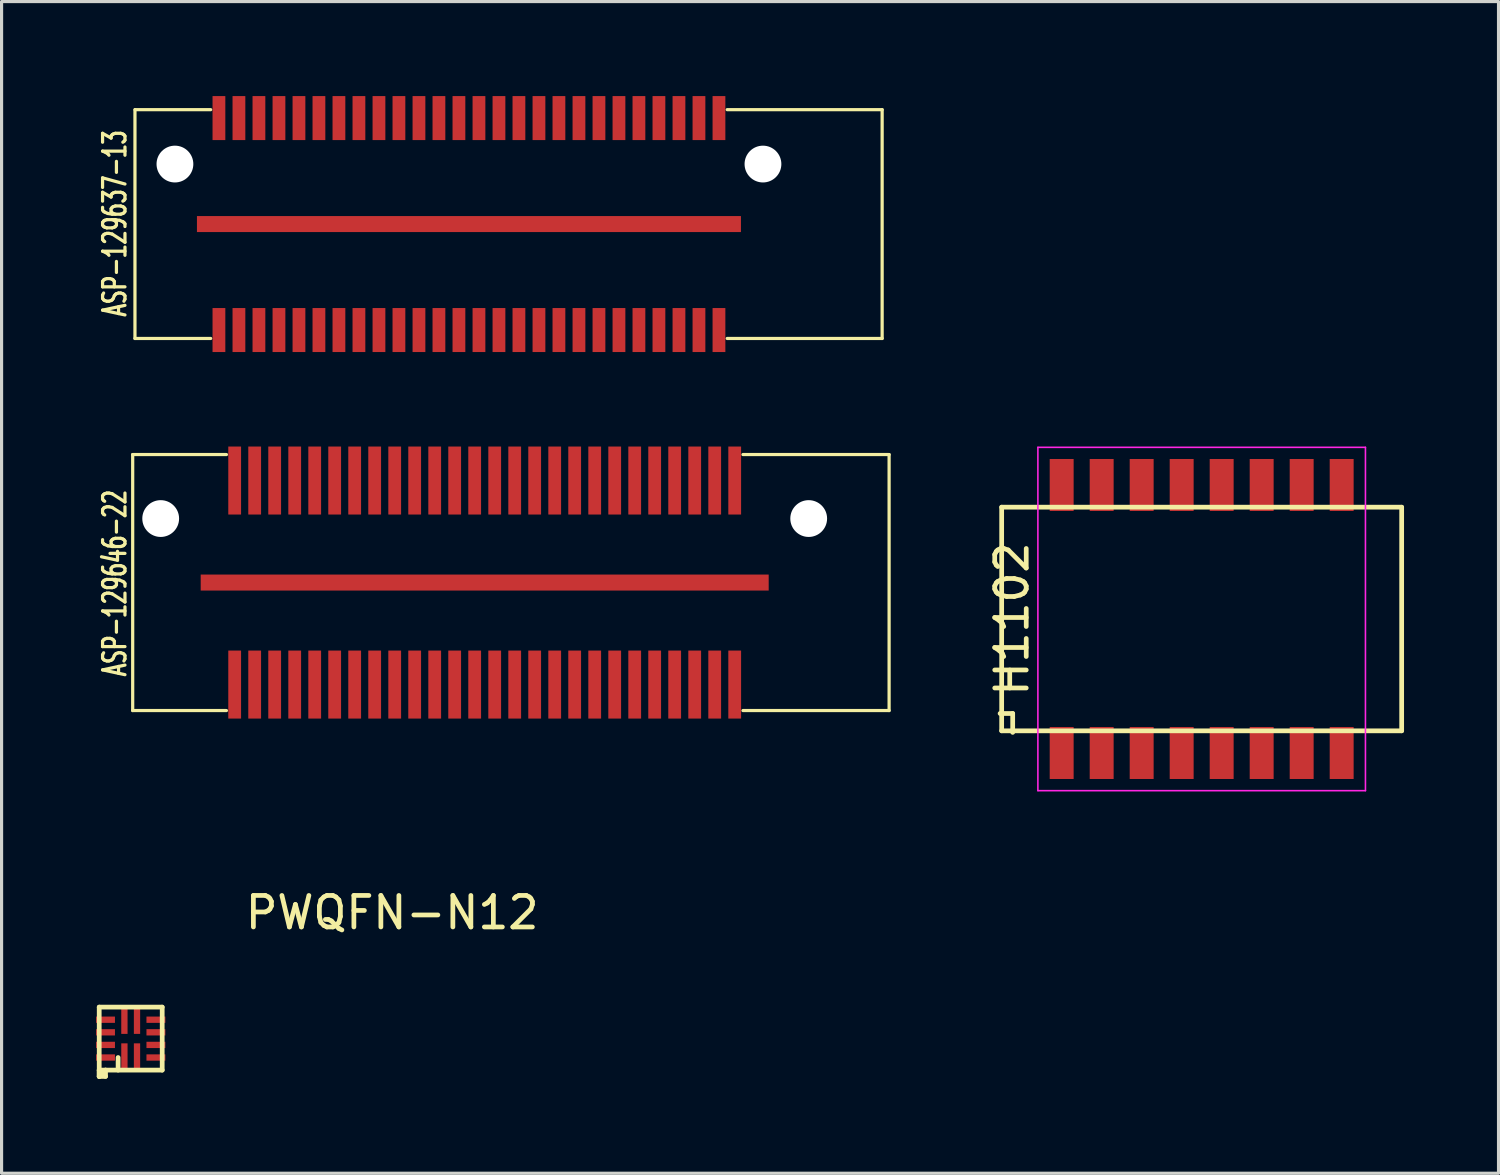
<source format=kicad_pcb>
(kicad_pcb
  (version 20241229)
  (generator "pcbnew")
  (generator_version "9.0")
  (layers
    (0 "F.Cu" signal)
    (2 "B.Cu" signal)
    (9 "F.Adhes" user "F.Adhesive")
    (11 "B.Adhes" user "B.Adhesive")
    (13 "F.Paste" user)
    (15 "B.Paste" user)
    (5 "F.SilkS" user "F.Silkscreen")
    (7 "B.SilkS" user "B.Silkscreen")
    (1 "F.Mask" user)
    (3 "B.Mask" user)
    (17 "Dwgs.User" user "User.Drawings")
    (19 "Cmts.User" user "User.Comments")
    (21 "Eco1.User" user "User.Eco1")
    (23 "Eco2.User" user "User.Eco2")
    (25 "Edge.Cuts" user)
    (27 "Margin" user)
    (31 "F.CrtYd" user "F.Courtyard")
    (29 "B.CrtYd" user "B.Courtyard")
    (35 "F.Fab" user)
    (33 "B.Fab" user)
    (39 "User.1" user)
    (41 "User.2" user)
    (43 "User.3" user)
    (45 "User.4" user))
  (footprint "H1102"
    (layer "F.Cu")
    (at 35.103 16.603)
    (property "Reference" "H1102" (at -6.025 0 90) (layer "F.SilkS") (effects (font (size 1 1) (thickness 0.15))))
    (attr smd)
    (fp_line (start -6.4 3) (end -6 3) (stroke (width 0.15) (type solid)) (layer "F.SilkS"))
    (fp_line (start -6.35 -3.55) (end 6.35 -3.55) (stroke (width 0.15) (type solid)) (layer "F.SilkS"))
    (fp_line (start -6.35 3.55) (end -6.35 -3.55) (stroke (width 0.15) (type solid)) (layer "F.SilkS"))
    (fp_line (start -6 3) (end -6 3.6) (stroke (width 0.15) (type solid)) (layer "F.SilkS"))
    (fp_line (start 6.35 -3.55) (end 6.35 3.55) (stroke (width 0.15) (type solid)) (layer "F.SilkS"))
    (fp_line (start 6.35 3.55) (end -6.35 3.55) (stroke (width 0.15) (type solid)) (layer "F.SilkS"))
    (fp_line (start -5.2 -5.45) (end 5.2 -5.45) (stroke (width 0.05) (type solid)) (layer "F.CrtYd"))
    (fp_line (start -5.2 5.45) (end -5.2 -5.45) (stroke (width 0.05) (type solid)) (layer "F.CrtYd"))
    (fp_line (start 5.2 -5.45) (end 5.2 5.45) (stroke (width 0.05) (type solid)) (layer "F.CrtYd"))
    (fp_line (start 5.2 5.45) (end -5.2 5.45) (stroke (width 0.05) (type solid)) (layer "F.CrtYd"))
    (pad "1" smd rect (at -4.445 4.255) (size 0.76 1.65) (layers "F.Cu" "F.Mask" "F.Paste"))
    (pad "2" smd rect (at -3.175 4.255) (size 0.76 1.65) (layers "F.Cu" "F.Mask" "F.Paste"))
    (pad "3" smd rect (at -1.905 4.255) (size 0.76 1.65) (layers "F.Cu" "F.Mask" "F.Paste"))
    (pad "4" smd rect (at -0.635 4.255) (size 0.76 1.65) (layers "F.Cu" "F.Mask" "F.Paste"))
    (pad "5" smd rect (at 0.635 4.255) (size 0.76 1.65) (layers "F.Cu" "F.Mask" "F.Paste"))
    (pad "6" smd rect (at 1.905 4.255) (size 0.76 1.65) (layers "F.Cu" "F.Mask" "F.Paste"))
    (pad "7" smd rect (at 3.175 4.255) (size 0.76 1.65) (layers "F.Cu" "F.Mask" "F.Paste"))
    (pad "8" smd rect (at 4.445 4.255) (size 0.76 1.65) (layers "F.Cu" "F.Mask" "F.Paste"))
    (pad "9" smd rect (at 4.445 -4.255) (size 0.76 1.65) (layers "F.Cu" "F.Mask" "F.Paste"))
    (pad "10" smd rect (at 3.175 -4.255) (size 0.76 1.65) (layers "F.Cu" "F.Mask" "F.Paste"))
    (pad "11" smd rect (at 1.905 -4.255) (size 0.76 1.65) (layers "F.Cu" "F.Mask" "F.Paste"))
    (pad "12" smd rect (at 0.635 -4.255) (size 0.76 1.65) (layers "F.Cu" "F.Mask" "F.Paste"))
    (pad "13" smd rect (at -0.635 -4.255) (size 0.76 1.65) (layers "F.Cu" "F.Mask" "F.Paste"))
    (pad "14" smd rect (at -1.905 -4.255) (size 0.76 1.65) (layers "F.Cu" "F.Mask" "F.Paste"))
    (pad "15" smd rect (at -3.175 -4.255) (size 0.76 1.65) (layers "F.Cu" "F.Mask" "F.Paste"))
    (pad "16" smd rect (at -4.445 -4.255) (size 0.76 1.65) (layers "F.Cu" "F.Mask" "F.Paste")))
  (footprint "PWQFN-N12"
    (layer "F.Cu")
    (at 1.1 29.926)
    (property "Reference" "PWQFN-N12" (at 8.3 -4 0) (layer "F.SilkS") (effects (font (size 1 1) (thickness 0.15))))
    (attr through_hole)
    (fp_line (start -1 -1) (end -1 1) (stroke (width 0.15) (type solid)) (layer "F.SilkS"))
    (fp_line (start -1 1) (end -1 1.2) (stroke (width 0.15) (type solid)) (layer "F.SilkS"))
    (fp_line (start -1 1) (end 1 1) (stroke (width 0.15) (type solid)) (layer "F.SilkS"))
    (fp_line (start -1 1.2) (end -1 1) (stroke (width 0.15) (type solid)) (layer "F.SilkS"))
    (fp_line (start -1 1.2) (end -0.8 1) (stroke (width 0.15) (type solid)) (layer "F.SilkS"))
    (fp_line (start -1 1.2) (end -0.8 1.2) (stroke (width 0.15) (type solid)) (layer "F.SilkS"))
    (fp_line (start -0.8 1.2) (end -0.8 1) (stroke (width 0.15) (type solid)) (layer "F.SilkS"))
    (fp_line (start -0.4 1) (end -0.4 0.6) (stroke (width 0.15) (type solid)) (layer "F.SilkS"))
    (fp_line (start 1 -1) (end -1 -1) (stroke (width 0.15) (type solid)) (layer "F.SilkS"))
    (fp_line (start 1 1) (end 1 -1) (stroke (width 0.15) (type solid)) (layer "F.SilkS"))
    (pad "1" smd rect (at -0.2 0.6) (size 0.2 0.9) (layers "F.Cu" "F.Mask" "F.Paste"))
    (pad "2" smd rect (at 0.2 0.6) (size 0.2 0.9) (layers "F.Cu" "F.Mask" "F.Paste"))
    (pad "3" smd rect (at 0.8 0.6 90) (size 0.2 0.6) (layers "F.Cu" "F.Mask" "F.Paste"))
    (pad "4" smd rect (at 0.8 0.2 90) (size 0.2 0.6) (layers "F.Cu" "F.Mask" "F.Paste"))
    (pad "5" smd rect (at 0.8 -0.2 90) (size 0.2 0.6) (layers "F.Cu" "F.Mask" "F.Paste"))
    (pad "6" smd rect (at 0.8 -0.6 90) (size 0.2 0.6) (layers "F.Cu" "F.Mask" "F.Paste"))
    (pad "7" smd rect (at 0.2 -0.6 180) (size 0.2 0.9) (layers "F.Cu" "F.Mask" "F.Paste"))
    (pad "8" smd rect (at -0.2 -0.6) (size 0.2 0.9) (layers "F.Cu" "F.Mask" "F.Paste"))
    (pad "9" smd rect (at -0.8 -0.6 90) (size 0.2 0.6) (layers "F.Cu" "F.Mask" "F.Paste"))
    (pad "10" smd rect (at -0.8 -0.2 90) (size 0.2 0.6) (layers "F.Cu" "F.Mask" "F.Paste"))
    (pad "11" smd rect (at -0.8 0.2 90) (size 0.2 0.6) (layers "F.Cu" "F.Mask" "F.Paste"))
    (pad "12" smd rect (at -0.8 0.6 90) (size 0.2 0.6) (layers "F.Cu" "F.Mask" "F.Paste")))
  (footprint "ASP-129646-22"
    (layer "F.Cu")
    (at 12.339 15.446)
    (property "Reference" "ASP-129646-22" (at -11.745 0.02 270) (layer "F.SilkS") (effects (font (size 0.711 0.457) (thickness 0.102))))
    (attr through_hole)
    (fp_line (start -11.176 -4.064) (end -11.176 4.064) (stroke (width 0.102) (type solid)) (layer "F.SilkS"))
    (fp_line (start -11.176 4.064) (end -8.2 4.064) (stroke (width 0.102) (type solid)) (layer "F.SilkS"))
    (fp_line (start -8.2 -4.064) (end -11.176 -4.064) (stroke (width 0.102) (type solid)) (layer "F.SilkS"))
    (fp_line (start 8.2 4.064) (end 12.84 4.064) (stroke (width 0.102) (type solid)) (layer "F.SilkS"))
    (fp_line (start 12.84 -4.064) (end 8.2 -4.064) (stroke (width 0.102) (type solid)) (layer "F.SilkS"))
    (fp_line (start 12.84 4.064) (end 12.84 -4.064) (stroke (width 0.102) (type solid)) (layer "F.SilkS"))
    (pad "" np_thru_hole circle (at -10.287 -2.032) (size 1.168 1.168) (drill 1.168) (layers "*.Cu" "*.Mask"))
    (pad "" np_thru_hole circle (at 10.287 -2.032) (size 1.168 1.168) (drill 1.168) (layers "*.Cu" "*.Mask"))
    (pad "1" connect rect (at -7.938 -3.239) (size 0.406 2.159) (layers "F.Cu" "F.Mask"))
    (pad "2" connect rect (at -7.938 3.239) (size 0.406 2.159) (layers "F.Cu" "F.Mask"))
    (pad "3" connect rect (at -7.303 -3.239) (size 0.406 2.159) (layers "F.Cu" "F.Mask"))
    (pad "4" connect rect (at -7.303 3.239) (size 0.406 2.159) (layers "F.Cu" "F.Mask"))
    (pad "5" connect rect (at -6.668 -3.239) (size 0.406 2.159) (layers "F.Cu" "F.Mask"))
    (pad "6" connect rect (at -6.668 3.239) (size 0.406 2.159) (layers "F.Cu" "F.Mask"))
    (pad "7" connect rect (at -6.032 -3.239) (size 0.406 2.159) (layers "F.Cu" "F.Mask"))
    (pad "8" connect rect (at -6.032 3.239) (size 0.406 2.159) (layers "F.Cu" "F.Mask"))
    (pad "9" connect rect (at -5.397 -3.239) (size 0.406 2.159) (layers "F.Cu" "F.Mask"))
    (pad "10" connect rect (at -5.397 3.239) (size 0.406 2.159) (layers "F.Cu" "F.Mask"))
    (pad "11" connect rect (at -4.763 -3.239) (size 0.406 2.159) (layers "F.Cu" "F.Mask"))
    (pad "12" connect rect (at -4.763 3.239) (size 0.406 2.159) (layers "F.Cu" "F.Mask"))
    (pad "13" connect rect (at -4.128 -3.239) (size 0.406 2.159) (layers "F.Cu" "F.Mask"))
    (pad "14" connect rect (at -4.128 3.239) (size 0.406 2.159) (layers "F.Cu" "F.Mask"))
    (pad "15" connect rect (at -3.493 -3.239) (size 0.406 2.159) (layers "F.Cu" "F.Mask"))
    (pad "16" connect rect (at -3.493 3.239) (size 0.406 2.159) (layers "F.Cu" "F.Mask"))
    (pad "17" connect rect (at -2.857 -3.239) (size 0.406 2.159) (layers "F.Cu" "F.Mask"))
    (pad "18" connect rect (at -2.857 3.239) (size 0.406 2.159) (layers "F.Cu" "F.Mask"))
    (pad "19" connect rect (at -2.223 -3.239) (size 0.406 2.159) (layers "F.Cu" "F.Mask"))
    (pad "20" connect rect (at -2.223 3.239) (size 0.406 2.159) (layers "F.Cu" "F.Mask"))
    (pad "21" connect rect (at -1.587 -3.239) (size 0.406 2.159) (layers "F.Cu" "F.Mask"))
    (pad "22" connect rect (at -1.587 3.239) (size 0.406 2.159) (layers "F.Cu" "F.Mask"))
    (pad "23" connect rect (at -0.953 -3.239) (size 0.406 2.159) (layers "F.Cu" "F.Mask"))
    (pad "24" connect rect (at -0.953 3.239) (size 0.406 2.159) (layers "F.Cu" "F.Mask"))
    (pad "25" connect rect (at -0.318 -3.239) (size 0.406 2.159) (layers "F.Cu" "F.Mask"))
    (pad "26" connect rect (at -0.318 3.239) (size 0.406 2.159) (layers "F.Cu" "F.Mask"))
    (pad "27" connect rect (at 0.318 -3.239) (size 0.406 2.159) (layers "F.Cu" "F.Mask"))
    (pad "28" connect rect (at 0.318 3.239) (size 0.406 2.159) (layers "F.Cu" "F.Mask"))
    (pad "29" connect rect (at 0.953 -3.239) (size 0.406 2.159) (layers "F.Cu" "F.Mask"))
    (pad "30" connect rect (at 0.953 3.239) (size 0.406 2.159) (layers "F.Cu" "F.Mask"))
    (pad "31" connect rect (at 1.587 -3.239) (size 0.406 2.159) (layers "F.Cu" "F.Mask"))
    (pad "32" connect rect (at 1.587 3.239) (size 0.406 2.159) (layers "F.Cu" "F.Mask"))
    (pad "33" connect rect (at 2.223 -3.239) (size 0.406 2.159) (layers "F.Cu" "F.Mask"))
    (pad "34" connect rect (at 2.223 3.239) (size 0.406 2.159) (layers "F.Cu" "F.Mask"))
    (pad "35" connect rect (at 2.857 -3.239) (size 0.406 2.159) (layers "F.Cu" "F.Mask"))
    (pad "36" connect rect (at 2.857 3.239) (size 0.406 2.159) (layers "F.Cu" "F.Mask"))
    (pad "37" connect rect (at 3.493 -3.239) (size 0.406 2.159) (layers "F.Cu" "F.Mask"))
    (pad "38" connect rect (at 3.493 3.239) (size 0.406 2.159) (layers "F.Cu" "F.Mask"))
    (pad "39" connect rect (at 4.128 -3.239) (size 0.406 2.159) (layers "F.Cu" "F.Mask"))
    (pad "40" connect rect (at 4.128 3.239) (size 0.406 2.159) (layers "F.Cu" "F.Mask"))
    (pad "41" connect rect (at 4.763 -3.239) (size 0.406 2.159) (layers "F.Cu" "F.Mask"))
    (pad "42" connect rect (at 4.763 3.239) (size 0.406 2.159) (layers "F.Cu" "F.Mask"))
    (pad "43" connect rect (at 5.397 -3.239) (size 0.406 2.159) (layers "F.Cu" "F.Mask"))
    (pad "44" connect rect (at 5.397 3.239) (size 0.406 2.159) (layers "F.Cu" "F.Mask"))
    (pad "45" connect rect (at 6.032 -3.239) (size 0.406 2.159) (layers "F.Cu" "F.Mask"))
    (pad "46" connect rect (at 6.032 3.239) (size 0.406 2.159) (layers "F.Cu" "F.Mask"))
    (pad "47" connect rect (at 6.668 -3.239) (size 0.406 2.159) (layers "F.Cu" "F.Mask"))
    (pad "48" connect rect (at 6.668 3.239) (size 0.406 2.159) (layers "F.Cu" "F.Mask"))
    (pad "49" connect rect (at 7.303 -3.239) (size 0.406 2.159) (layers "F.Cu" "F.Mask"))
    (pad "50" connect rect (at 7.303 3.239) (size 0.406 2.159) (layers "F.Cu" "F.Mask"))
    (pad "51" connect rect (at 7.938 -3.239) (size 0.406 2.159) (layers "F.Cu" "F.Mask"))
    (pad "52" connect rect (at 7.938 3.239) (size 0.406 2.159) (layers "F.Cu" "F.Mask"))
    (pad "53" connect rect (at 0 0) (size 18.034 0.508) (layers "F.Cu" "F.Mask")))
  (footprint "ASP-129637-13"
    (layer "F.Cu")
    (at 11.839 4.064)
    (property "Reference" "ASP-129637-13" (at -11.245 -0.02 90) (layer "F.SilkS") (effects (font (size 0.711 0.457) (thickness 0.102))))
    (attr through_hole)
    (fp_line (start -10.604 -3.632) (end -10.604 3.632) (stroke (width 0.102) (type solid)) (layer "F.SilkS"))
    (fp_line (start -10.604 3.632) (end -8.2 3.632) (stroke (width 0.102) (type solid)) (layer "F.SilkS"))
    (fp_line (start -10.6 -3.632) (end -8.2 -3.632) (stroke (width 0.102) (type solid)) (layer "F.SilkS"))
    (fp_line (start 13.119 -3.632) (end 8.2 -3.632) (stroke (width 0.102) (type solid)) (layer "F.SilkS"))
    (fp_line (start 13.119 -3.632) (end 13.119 3.632) (stroke (width 0.102) (type solid)) (layer "F.SilkS"))
    (fp_line (start 13.119 3.632) (end 8.2 3.632) (stroke (width 0.102) (type solid)) (layer "F.SilkS"))
    (pad "" np_thru_hole circle (at -9.335 -1.905) (size 1.168 1.168) (drill 1.168) (layers "*.Cu" "*.Mask"))
    (pad "" np_thru_hole circle (at 9.335 -1.905) (size 1.168 1.168) (drill 1.168) (layers "*.Cu" "*.Mask"))
    (pad "1" smd rect (at -7.938 3.365) (size 0.406 1.397) (layers "F.Cu" "F.Mask" "F.Paste"))
    (pad "2" smd rect (at -7.938 -3.365) (size 0.406 1.397) (layers "F.Cu" "F.Mask" "F.Paste"))
    (pad "3" smd rect (at -7.303 3.365) (size 0.406 1.397) (layers "F.Cu" "F.Mask" "F.Paste"))
    (pad "4" smd rect (at -7.303 -3.365) (size 0.406 1.397) (layers "F.Cu" "F.Mask" "F.Paste"))
    (pad "5" smd rect (at -6.668 3.365) (size 0.406 1.397) (layers "F.Cu" "F.Mask" "F.Paste"))
    (pad "6" smd rect (at -6.668 -3.365) (size 0.406 1.397) (layers "F.Cu" "F.Mask" "F.Paste"))
    (pad "7" smd rect (at -6.032 3.365) (size 0.406 1.397) (layers "F.Cu" "F.Mask" "F.Paste"))
    (pad "8" smd rect (at -6.032 -3.365) (size 0.406 1.397) (layers "F.Cu" "F.Mask" "F.Paste"))
    (pad "9" smd rect (at -5.397 3.365) (size 0.406 1.397) (layers "F.Cu" "F.Mask" "F.Paste"))
    (pad "10" smd rect (at -5.397 -3.365) (size 0.406 1.397) (layers "F.Cu" "F.Mask" "F.Paste"))
    (pad "11" smd rect (at -4.763 3.365) (size 0.406 1.397) (layers "F.Cu" "F.Mask" "F.Paste"))
    (pad "12" smd rect (at -4.763 -3.365) (size 0.406 1.397) (layers "F.Cu" "F.Mask" "F.Paste"))
    (pad "13" smd rect (at -4.128 3.365) (size 0.406 1.397) (layers "F.Cu" "F.Mask" "F.Paste"))
    (pad "14" smd rect (at -4.128 -3.365) (size 0.406 1.397) (layers "F.Cu" "F.Mask" "F.Paste"))
    (pad "15" smd rect (at -3.493 3.365) (size 0.406 1.397) (layers "F.Cu" "F.Mask" "F.Paste"))
    (pad "16" smd rect (at -3.493 -3.365) (size 0.406 1.397) (layers "F.Cu" "F.Mask" "F.Paste"))
    (pad "17" smd rect (at -2.857 3.365) (size 0.406 1.397) (layers "F.Cu" "F.Mask" "F.Paste"))
    (pad "18" smd rect (at -2.857 -3.365) (size 0.406 1.397) (layers "F.Cu" "F.Mask" "F.Paste"))
    (pad "19" smd rect (at -2.223 3.365) (size 0.406 1.397) (layers "F.Cu" "F.Mask" "F.Paste"))
    (pad "20" smd rect (at -2.223 -3.365) (size 0.406 1.397) (layers "F.Cu" "F.Mask" "F.Paste"))
    (pad "21" smd rect (at -1.587 3.365) (size 0.406 1.397) (layers "F.Cu" "F.Mask" "F.Paste"))
    (pad "22" smd rect (at -1.587 -3.365) (size 0.406 1.397) (layers "F.Cu" "F.Mask" "F.Paste"))
    (pad "23" smd rect (at -0.953 3.365) (size 0.406 1.397) (layers "F.Cu" "F.Mask" "F.Paste"))
    (pad "24" smd rect (at -0.953 -3.365) (size 0.406 1.397) (layers "F.Cu" "F.Mask" "F.Paste"))
    (pad "25" smd rect (at -0.318 3.365) (size 0.406 1.397) (layers "F.Cu" "F.Mask" "F.Paste"))
    (pad "26" smd rect (at -0.318 -3.365) (size 0.406 1.397) (layers "F.Cu" "F.Mask" "F.Paste"))
    (pad "27" smd rect (at 0.318 3.365) (size 0.406 1.397) (layers "F.Cu" "F.Mask" "F.Paste"))
    (pad "28" smd rect (at 0.318 -3.365) (size 0.406 1.397) (layers "F.Cu" "F.Mask" "F.Paste"))
    (pad "29" smd rect (at 0.953 3.365) (size 0.406 1.397) (layers "F.Cu" "F.Mask" "F.Paste"))
    (pad "30" smd rect (at 0.953 -3.365) (size 0.406 1.397) (layers "F.Cu" "F.Mask" "F.Paste"))
    (pad "31" smd rect (at 1.587 3.365) (size 0.406 1.397) (layers "F.Cu" "F.Mask" "F.Paste"))
    (pad "32" smd rect (at 1.587 -3.365) (size 0.406 1.397) (layers "F.Cu" "F.Mask" "F.Paste"))
    (pad "33" smd rect (at 2.223 3.365) (size 0.406 1.397) (layers "F.Cu" "F.Mask" "F.Paste"))
    (pad "34" smd rect (at 2.223 -3.365) (size 0.406 1.397) (layers "F.Cu" "F.Mask" "F.Paste"))
    (pad "35" smd rect (at 2.857 3.365) (size 0.406 1.397) (layers "F.Cu" "F.Mask" "F.Paste"))
    (pad "36" smd rect (at 2.857 -3.365) (size 0.406 1.397) (layers "F.Cu" "F.Mask" "F.Paste"))
    (pad "37" smd rect (at 3.493 3.365) (size 0.406 1.397) (layers "F.Cu" "F.Mask" "F.Paste"))
    (pad "38" smd rect (at 3.493 -3.365) (size 0.406 1.397) (layers "F.Cu" "F.Mask" "F.Paste"))
    (pad "39" smd rect (at 4.128 3.365) (size 0.406 1.397) (layers "F.Cu" "F.Mask" "F.Paste"))
    (pad "40" smd rect (at 4.128 -3.365) (size 0.406 1.397) (layers "F.Cu" "F.Mask" "F.Paste"))
    (pad "41" smd rect (at 4.763 3.365) (size 0.406 1.397) (layers "F.Cu" "F.Mask" "F.Paste"))
    (pad "42" smd rect (at 4.763 -3.365) (size 0.406 1.397) (layers "F.Cu" "F.Mask" "F.Paste"))
    (pad "43" smd rect (at 5.397 3.365) (size 0.406 1.397) (layers "F.Cu" "F.Mask" "F.Paste"))
    (pad "44" smd rect (at 5.397 -3.365) (size 0.406 1.397) (layers "F.Cu" "F.Mask" "F.Paste"))
    (pad "45" smd rect (at 6.032 3.365) (size 0.406 1.397) (layers "F.Cu" "F.Mask" "F.Paste"))
    (pad "46" smd rect (at 6.032 -3.365) (size 0.406 1.397) (layers "F.Cu" "F.Mask" "F.Paste"))
    (pad "47" smd rect (at 6.668 3.365) (size 0.406 1.397) (layers "F.Cu" "F.Mask" "F.Paste"))
    (pad "48" smd rect (at 6.668 -3.365) (size 0.406 1.397) (layers "F.Cu" "F.Mask" "F.Paste"))
    (pad "49" smd rect (at 7.303 3.365) (size 0.406 1.397) (layers "F.Cu" "F.Mask" "F.Paste"))
    (pad "50" smd rect (at 7.303 -3.365) (size 0.406 1.397) (layers "F.Cu" "F.Mask" "F.Paste"))
    (pad "51" smd rect (at 7.938 3.365) (size 0.406 1.397) (layers "F.Cu" "F.Mask" "F.Paste"))
    (pad "52" smd rect (at 7.938 -3.365) (size 0.406 1.397) (layers "F.Cu" "F.Mask" "F.Paste"))
    (pad "53" smd rect (at 0 0) (size 17.272 0.508) (layers "F.Cu" "F.Mask" "F.Paste")))
  (gr_rect
    (start -3 -3)
    (end 44.528 34.201)
    (stroke (width 0.1) (type default))
    (fill no)
    (layer "Edge.Cuts")))
</source>
